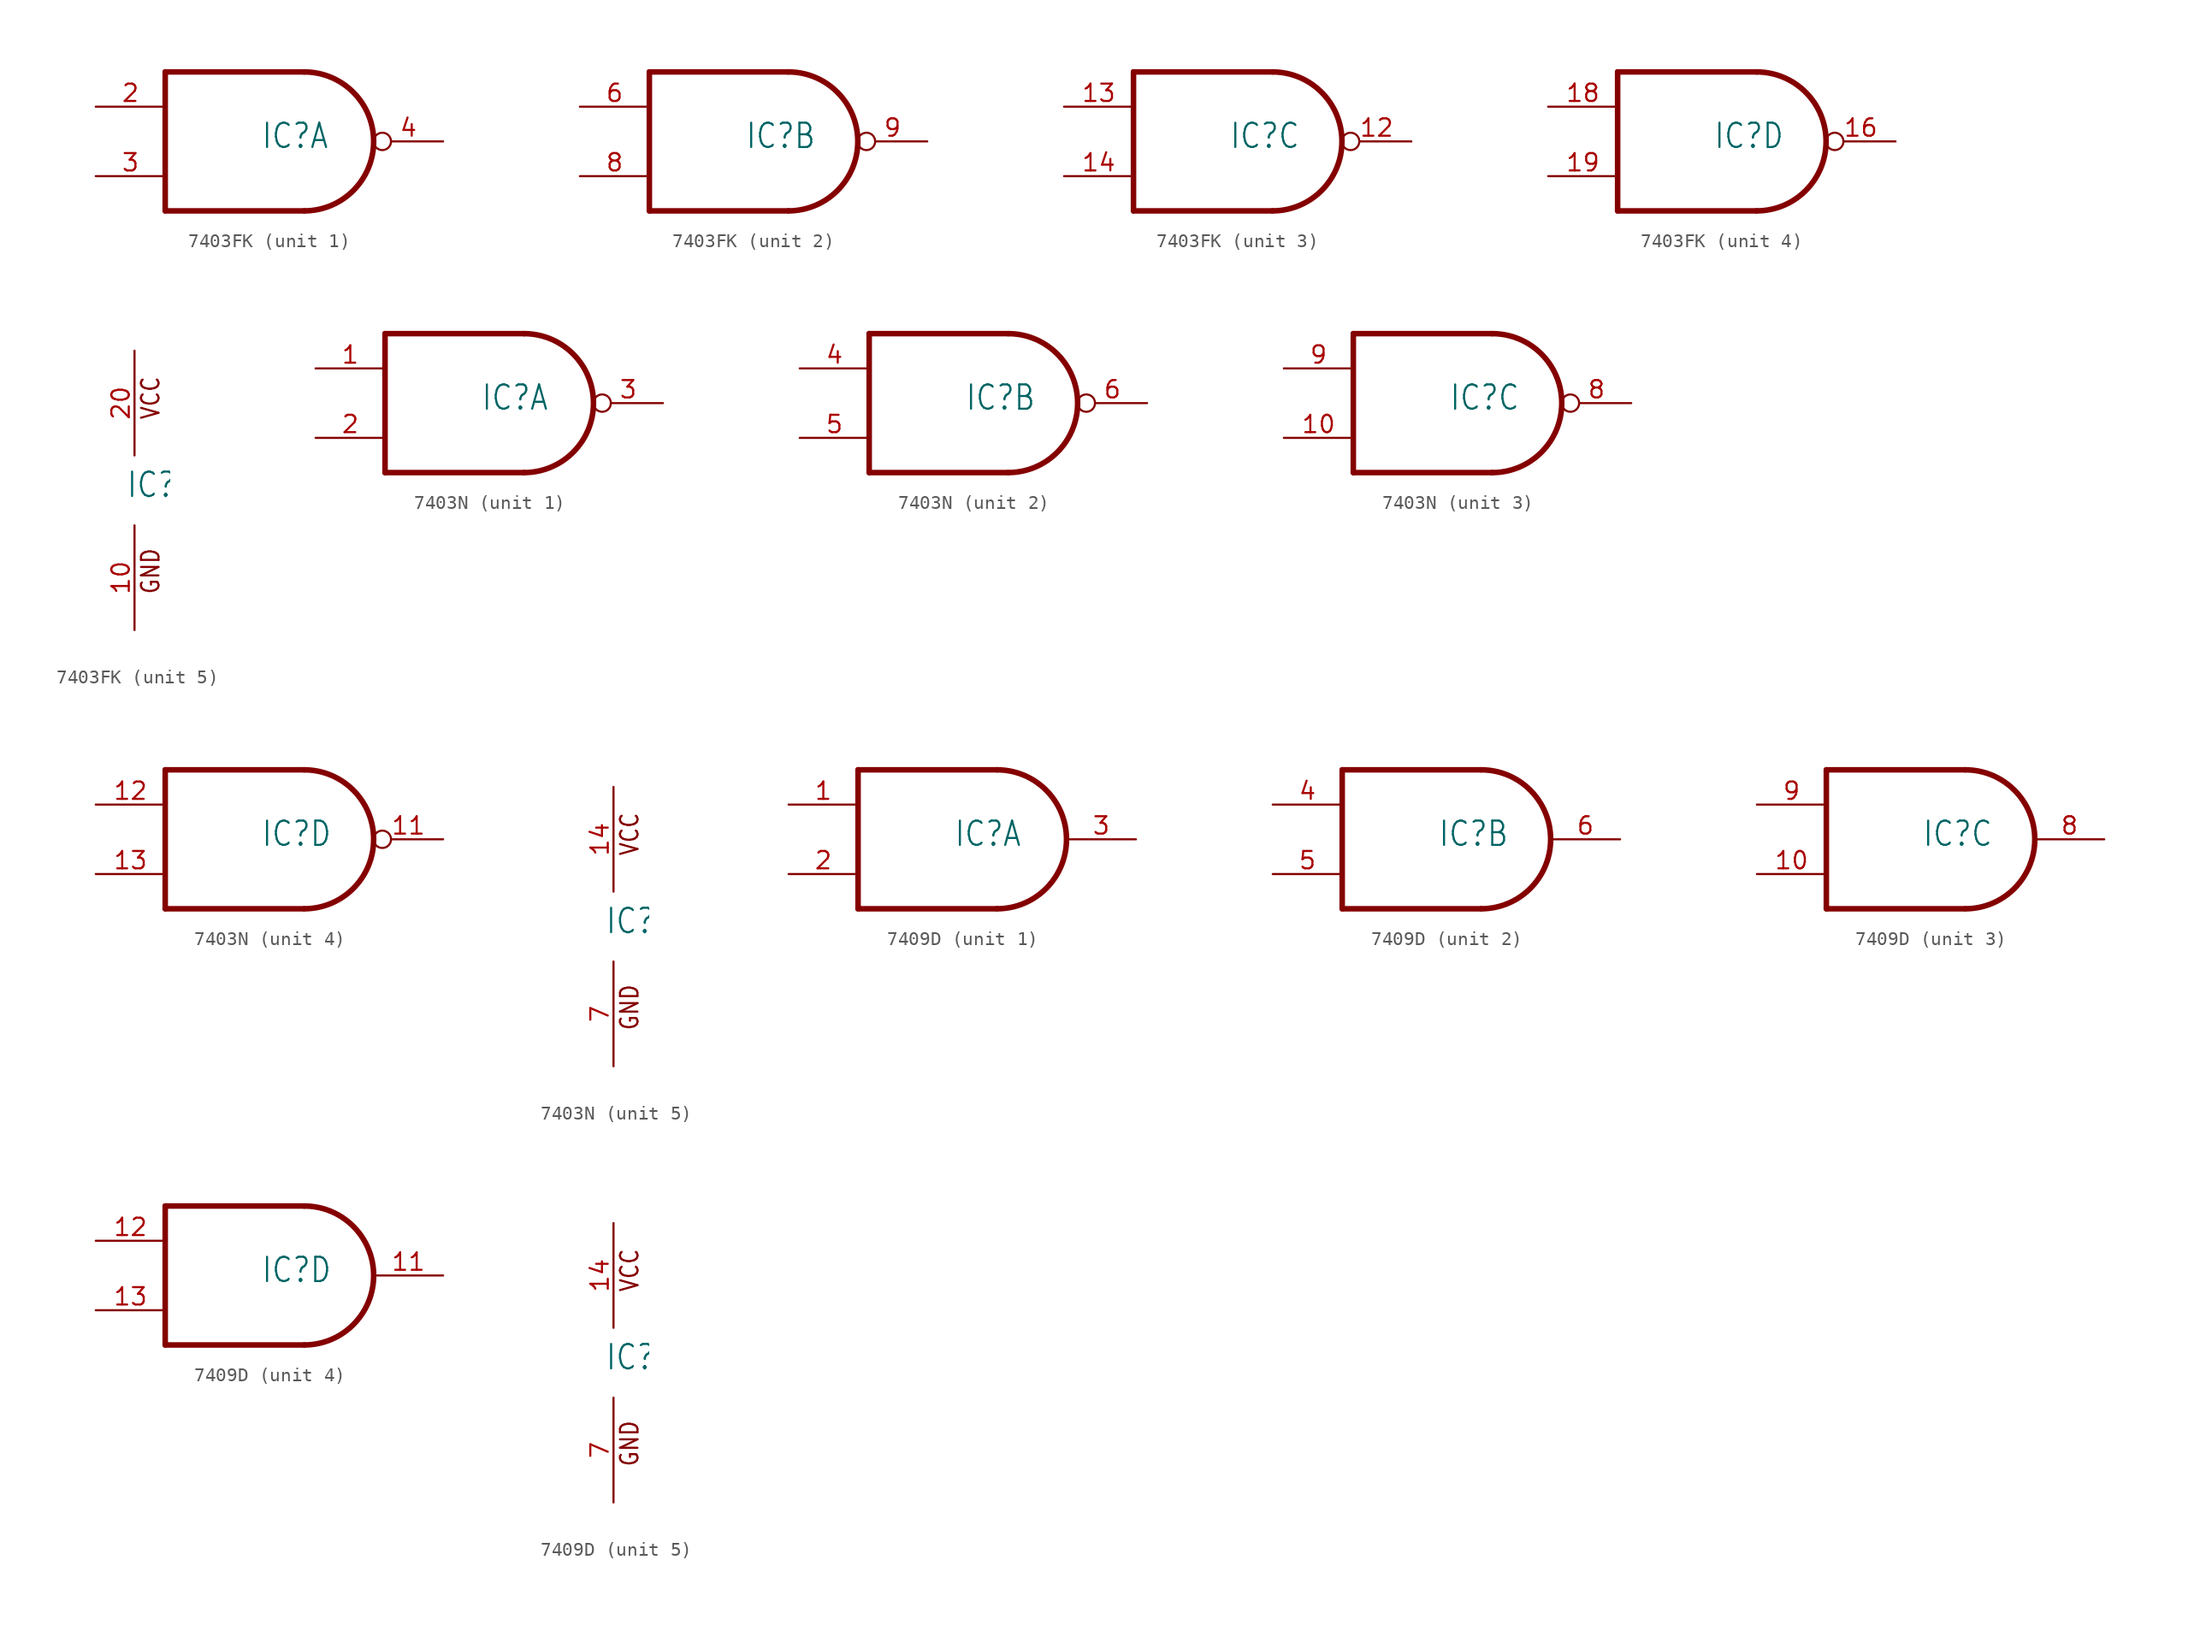
<source format=kicad_sym>
(kicad_symbol_lib
  (version 20220914)
  (generator kicad_symbol_editor)
  (symbol "7403FK"
    (property "Reference" "IC"
      (at -0.635 -0.635 0)
      (effects (font (size 1.778 1.511)) (justify left bottom)))
    (property "ki_locked" ""
      (at 0 0 0)
      (effects (font (size 1.27 1.27))))
    (symbol "7403FK_1_0"
      (polyline (pts (xy -7.62 -5.08) (xy 2.54 -5.08)) (stroke (width 0.406) (type default)) (fill (type none)))
      (polyline (pts (xy -7.62 5.08) (xy -7.62 -5.08)) (stroke (width 0.406) (type default)) (fill (type none)))
      (polyline (pts (xy 2.54 5.08) (xy -7.62 5.08)) (stroke (width 0.406) (type default)) (fill (type none)))
      (arc (start 2.54 -5.08) (mid 7.6199 0) (end 2.54 5.08) (stroke (width 0.4064) (type default)) (fill (type none)))
      (pin input line (at -12.7 2.54 0) (length 5.08) (name "I0" (effects (font (size 0 0)))) (number "2" (effects (font (size 1.27 1.27)))))
      (pin input line (at -12.7 -2.54 0) (length 5.08) (name "I1" (effects (font (size 0 0)))) (number "3" (effects (font (size 1.27 1.27)))))
      (pin open_collector inverted (at 12.7 0 180) (length 5.08) (name "O" (effects (font (size 0 0)))) (number "4" (effects (font (size 1.27 1.27))))))
    (symbol "7403FK_2_0"
      (polyline (pts (xy -7.62 -5.08) (xy 2.54 -5.08)) (stroke (width 0.406) (type default)) (fill (type none)))
      (polyline (pts (xy -7.62 5.08) (xy -7.62 -5.08)) (stroke (width 0.406) (type default)) (fill (type none)))
      (polyline (pts (xy 2.54 5.08) (xy -7.62 5.08)) (stroke (width 0.406) (type default)) (fill (type none)))
      (arc (start 2.54 -5.08) (mid 7.6199 0) (end 2.54 5.08) (stroke (width 0.4064) (type default)) (fill (type none)))
      (pin input line (at -12.7 2.54 0) (length 5.08) (name "I0" (effects (font (size 0 0)))) (number "6" (effects (font (size 1.27 1.27)))))
      (pin input line (at -12.7 -2.54 0) (length 5.08) (name "I1" (effects (font (size 0 0)))) (number "8" (effects (font (size 1.27 1.27)))))
      (pin open_collector inverted (at 12.7 0 180) (length 5.08) (name "O" (effects (font (size 0 0)))) (number "9" (effects (font (size 1.27 1.27))))))
    (symbol "7403FK_3_0"
      (polyline (pts (xy -7.62 -5.08) (xy 2.54 -5.08)) (stroke (width 0.406) (type default)) (fill (type none)))
      (polyline (pts (xy -7.62 5.08) (xy -7.62 -5.08)) (stroke (width 0.406) (type default)) (fill (type none)))
      (polyline (pts (xy 2.54 5.08) (xy -7.62 5.08)) (stroke (width 0.406) (type default)) (fill (type none)))
      (arc (start 2.54 -5.08) (mid 7.6199 0) (end 2.54 5.08) (stroke (width 0.4064) (type default)) (fill (type none)))
      (pin open_collector inverted (at 12.7 0 180) (length 5.08) (name "O" (effects (font (size 0 0)))) (number "12" (effects (font (size 1.27 1.27)))))
      (pin input line (at -12.7 2.54 0) (length 5.08) (name "I0" (effects (font (size 0 0)))) (number "13" (effects (font (size 1.27 1.27)))))
      (pin input line (at -12.7 -2.54 0) (length 5.08) (name "I1" (effects (font (size 0 0)))) (number "14" (effects (font (size 1.27 1.27))))))
    (symbol "7403FK_4_0"
      (polyline (pts (xy -7.62 -5.08) (xy 2.54 -5.08)) (stroke (width 0.406) (type default)) (fill (type none)))
      (polyline (pts (xy -7.62 5.08) (xy -7.62 -5.08)) (stroke (width 0.406) (type default)) (fill (type none)))
      (polyline (pts (xy 2.54 5.08) (xy -7.62 5.08)) (stroke (width 0.406) (type default)) (fill (type none)))
      (arc (start 2.54 -5.08) (mid 7.6199 0) (end 2.54 5.08) (stroke (width 0.4064) (type default)) (fill (type none)))
      (pin open_collector inverted (at 12.7 0 180) (length 5.08) (name "O" (effects (font (size 0 0)))) (number "16" (effects (font (size 1.27 1.27)))))
      (pin input line (at -12.7 2.54 0) (length 5.08) (name "I0" (effects (font (size 0 0)))) (number "18" (effects (font (size 1.27 1.27)))))
      (pin input line (at -12.7 -2.54 0) (length 5.08) (name "I1" (effects (font (size 0 0)))) (number "19" (effects (font (size 1.27 1.27))))))
    (symbol "7403FK_5_0"
      (text "GND" (at 1.905 -7.62 900) (effects (font (size 1.27 1.079)) (justify left bottom)))
      (text "VCC" (at 1.905 5.08 900) (effects (font (size 1.27 1.079)) (justify left bottom)))
      (pin power_in line (at 0 -10.16 90) (length 7.62) (name "GND" (effects (font (size 0 0)))) (number "10" (effects (font (size 1.27 1.27)))))
      (pin power_in line (at 0 10.16 270) (length 7.62) (name "VCC" (effects (font (size 0 0)))) (number "20" (effects (font (size 1.27 1.27)))))))
  (symbol "7403N"
    (property "Reference" "IC"
      (at -0.635 -0.635 0)
      (effects (font (size 1.778 1.511)) (justify left bottom)))
    (property "ki_locked" ""
      (at 0 0 0)
      (effects (font (size 1.27 1.27))))
    (symbol "7403N_1_0"
      (polyline (pts (xy -7.62 -5.08) (xy 2.54 -5.08)) (stroke (width 0.406) (type default)) (fill (type none)))
      (polyline (pts (xy -7.62 5.08) (xy -7.62 -5.08)) (stroke (width 0.406) (type default)) (fill (type none)))
      (polyline (pts (xy 2.54 5.08) (xy -7.62 5.08)) (stroke (width 0.406) (type default)) (fill (type none)))
      (arc (start 2.54 -5.08) (mid 7.6199 0) (end 2.54 5.08) (stroke (width 0.4064) (type default)) (fill (type none)))
      (pin input line (at -12.7 2.54 0) (length 5.08) (name "I0" (effects (font (size 0 0)))) (number "1" (effects (font (size 1.27 1.27)))))
      (pin input line (at -12.7 -2.54 0) (length 5.08) (name "I1" (effects (font (size 0 0)))) (number "2" (effects (font (size 1.27 1.27)))))
      (pin open_collector inverted (at 12.7 0 180) (length 5.08) (name "O" (effects (font (size 0 0)))) (number "3" (effects (font (size 1.27 1.27))))))
    (symbol "7403N_2_0"
      (polyline (pts (xy -7.62 -5.08) (xy 2.54 -5.08)) (stroke (width 0.406) (type default)) (fill (type none)))
      (polyline (pts (xy -7.62 5.08) (xy -7.62 -5.08)) (stroke (width 0.406) (type default)) (fill (type none)))
      (polyline (pts (xy 2.54 5.08) (xy -7.62 5.08)) (stroke (width 0.406) (type default)) (fill (type none)))
      (arc (start 2.54 -5.08) (mid 7.6199 0) (end 2.54 5.08) (stroke (width 0.4064) (type default)) (fill (type none)))
      (pin input line (at -12.7 2.54 0) (length 5.08) (name "I0" (effects (font (size 0 0)))) (number "4" (effects (font (size 1.27 1.27)))))
      (pin input line (at -12.7 -2.54 0) (length 5.08) (name "I1" (effects (font (size 0 0)))) (number "5" (effects (font (size 1.27 1.27)))))
      (pin open_collector inverted (at 12.7 0 180) (length 5.08) (name "O" (effects (font (size 0 0)))) (number "6" (effects (font (size 1.27 1.27))))))
    (symbol "7403N_3_0"
      (polyline (pts (xy -7.62 -5.08) (xy 2.54 -5.08)) (stroke (width 0.406) (type default)) (fill (type none)))
      (polyline (pts (xy -7.62 5.08) (xy -7.62 -5.08)) (stroke (width 0.406) (type default)) (fill (type none)))
      (polyline (pts (xy 2.54 5.08) (xy -7.62 5.08)) (stroke (width 0.406) (type default)) (fill (type none)))
      (arc (start 2.54 -5.08) (mid 7.6199 0) (end 2.54 5.08) (stroke (width 0.4064) (type default)) (fill (type none)))
      (pin input line (at -12.7 -2.54 0) (length 5.08) (name "I1" (effects (font (size 0 0)))) (number "10" (effects (font (size 1.27 1.27)))))
      (pin open_collector inverted (at 12.7 0 180) (length 5.08) (name "O" (effects (font (size 0 0)))) (number "8" (effects (font (size 1.27 1.27)))))
      (pin input line (at -12.7 2.54 0) (length 5.08) (name "I0" (effects (font (size 0 0)))) (number "9" (effects (font (size 1.27 1.27))))))
    (symbol "7403N_4_0"
      (polyline (pts (xy -7.62 -5.08) (xy 2.54 -5.08)) (stroke (width 0.406) (type default)) (fill (type none)))
      (polyline (pts (xy -7.62 5.08) (xy -7.62 -5.08)) (stroke (width 0.406) (type default)) (fill (type none)))
      (polyline (pts (xy 2.54 5.08) (xy -7.62 5.08)) (stroke (width 0.406) (type default)) (fill (type none)))
      (arc (start 2.54 -5.08) (mid 7.6199 0) (end 2.54 5.08) (stroke (width 0.4064) (type default)) (fill (type none)))
      (pin open_collector inverted (at 12.7 0 180) (length 5.08) (name "O" (effects (font (size 0 0)))) (number "11" (effects (font (size 1.27 1.27)))))
      (pin input line (at -12.7 2.54 0) (length 5.08) (name "I0" (effects (font (size 0 0)))) (number "12" (effects (font (size 1.27 1.27)))))
      (pin input line (at -12.7 -2.54 0) (length 5.08) (name "I1" (effects (font (size 0 0)))) (number "13" (effects (font (size 1.27 1.27))))))
    (symbol "7403N_5_0"
      (text "GND" (at 1.905 -7.62 900) (effects (font (size 1.27 1.079)) (justify left bottom)))
      (text "VCC" (at 1.905 5.08 900) (effects (font (size 1.27 1.079)) (justify left bottom)))
      (pin power_in line (at 0 10.16 270) (length 7.62) (name "VCC" (effects (font (size 0 0)))) (number "14" (effects (font (size 1.27 1.27)))))
      (pin power_in line (at 0 -10.16 90) (length 7.62) (name "GND" (effects (font (size 0 0)))) (number "7" (effects (font (size 1.27 1.27)))))))
  (symbol "7409D"
    (property "Reference" "IC"
      (at -0.635 -0.635 0)
      (effects (font (size 1.778 1.511)) (justify left bottom)))
    (property "ki_locked" ""
      (at 0 0 0)
      (effects (font (size 1.27 1.27))))
    (symbol "7409D_1_0"
      (polyline (pts (xy -7.62 -5.08) (xy 2.54 -5.08)) (stroke (width 0.406) (type default)) (fill (type none)))
      (polyline (pts (xy -7.62 5.08) (xy -7.62 -5.08)) (stroke (width 0.406) (type default)) (fill (type none)))
      (polyline (pts (xy 2.54 5.08) (xy -7.62 5.08)) (stroke (width 0.406) (type default)) (fill (type none)))
      (arc (start 2.54 -5.08) (mid 7.6199 0) (end 2.54 5.08) (stroke (width 0.4064) (type default)) (fill (type none)))
      (pin input line (at -12.7 2.54 0) (length 5.08) (name "I0" (effects (font (size 0 0)))) (number "1" (effects (font (size 1.27 1.27)))))
      (pin input line (at -12.7 -2.54 0) (length 5.08) (name "I1" (effects (font (size 0 0)))) (number "2" (effects (font (size 1.27 1.27)))))
      (pin open_collector line (at 12.7 0 180) (length 5.08) (name "O" (effects (font (size 0 0)))) (number "3" (effects (font (size 1.27 1.27))))))
    (symbol "7409D_2_0"
      (polyline (pts (xy -7.62 -5.08) (xy 2.54 -5.08)) (stroke (width 0.406) (type default)) (fill (type none)))
      (polyline (pts (xy -7.62 5.08) (xy -7.62 -5.08)) (stroke (width 0.406) (type default)) (fill (type none)))
      (polyline (pts (xy 2.54 5.08) (xy -7.62 5.08)) (stroke (width 0.406) (type default)) (fill (type none)))
      (arc (start 2.54 -5.08) (mid 7.6199 0) (end 2.54 5.08) (stroke (width 0.4064) (type default)) (fill (type none)))
      (pin input line (at -12.7 2.54 0) (length 5.08) (name "I0" (effects (font (size 0 0)))) (number "4" (effects (font (size 1.27 1.27)))))
      (pin input line (at -12.7 -2.54 0) (length 5.08) (name "I1" (effects (font (size 0 0)))) (number "5" (effects (font (size 1.27 1.27)))))
      (pin open_collector line (at 12.7 0 180) (length 5.08) (name "O" (effects (font (size 0 0)))) (number "6" (effects (font (size 1.27 1.27))))))
    (symbol "7409D_3_0"
      (polyline (pts (xy -7.62 -5.08) (xy 2.54 -5.08)) (stroke (width 0.406) (type default)) (fill (type none)))
      (polyline (pts (xy -7.62 5.08) (xy -7.62 -5.08)) (stroke (width 0.406) (type default)) (fill (type none)))
      (polyline (pts (xy 2.54 5.08) (xy -7.62 5.08)) (stroke (width 0.406) (type default)) (fill (type none)))
      (arc (start 2.54 -5.08) (mid 7.6199 0) (end 2.54 5.08) (stroke (width 0.4064) (type default)) (fill (type none)))
      (pin input line (at -12.7 -2.54 0) (length 5.08) (name "I1" (effects (font (size 0 0)))) (number "10" (effects (font (size 1.27 1.27)))))
      (pin open_collector line (at 12.7 0 180) (length 5.08) (name "O" (effects (font (size 0 0)))) (number "8" (effects (font (size 1.27 1.27)))))
      (pin input line (at -12.7 2.54 0) (length 5.08) (name "I0" (effects (font (size 0 0)))) (number "9" (effects (font (size 1.27 1.27))))))
    (symbol "7409D_4_0"
      (polyline (pts (xy -7.62 -5.08) (xy 2.54 -5.08)) (stroke (width 0.406) (type default)) (fill (type none)))
      (polyline (pts (xy -7.62 5.08) (xy -7.62 -5.08)) (stroke (width 0.406) (type default)) (fill (type none)))
      (polyline (pts (xy 2.54 5.08) (xy -7.62 5.08)) (stroke (width 0.406) (type default)) (fill (type none)))
      (arc (start 2.54 -5.08) (mid 7.6199 0) (end 2.54 5.08) (stroke (width 0.4064) (type default)) (fill (type none)))
      (pin open_collector line (at 12.7 0 180) (length 5.08) (name "O" (effects (font (size 0 0)))) (number "11" (effects (font (size 1.27 1.27)))))
      (pin input line (at -12.7 2.54 0) (length 5.08) (name "I0" (effects (font (size 0 0)))) (number "12" (effects (font (size 1.27 1.27)))))
      (pin input line (at -12.7 -2.54 0) (length 5.08) (name "I1" (effects (font (size 0 0)))) (number "13" (effects (font (size 1.27 1.27))))))
    (symbol "7409D_5_0"
      (text "GND" (at 1.905 -7.62 900) (effects (font (size 1.27 1.079)) (justify left bottom)))
      (text "VCC" (at 1.905 5.08 900) (effects (font (size 1.27 1.079)) (justify left bottom)))
      (pin power_in line (at 0 10.16 270) (length 7.62) (name "VCC" (effects (font (size 0 0)))) (number "14" (effects (font (size 1.27 1.27)))))
      (pin power_in line (at 0 -10.16 90) (length 7.62) (name "GND" (effects (font (size 0 0)))) (number "7" (effects (font (size 1.27 1.27))))))))
</source>
